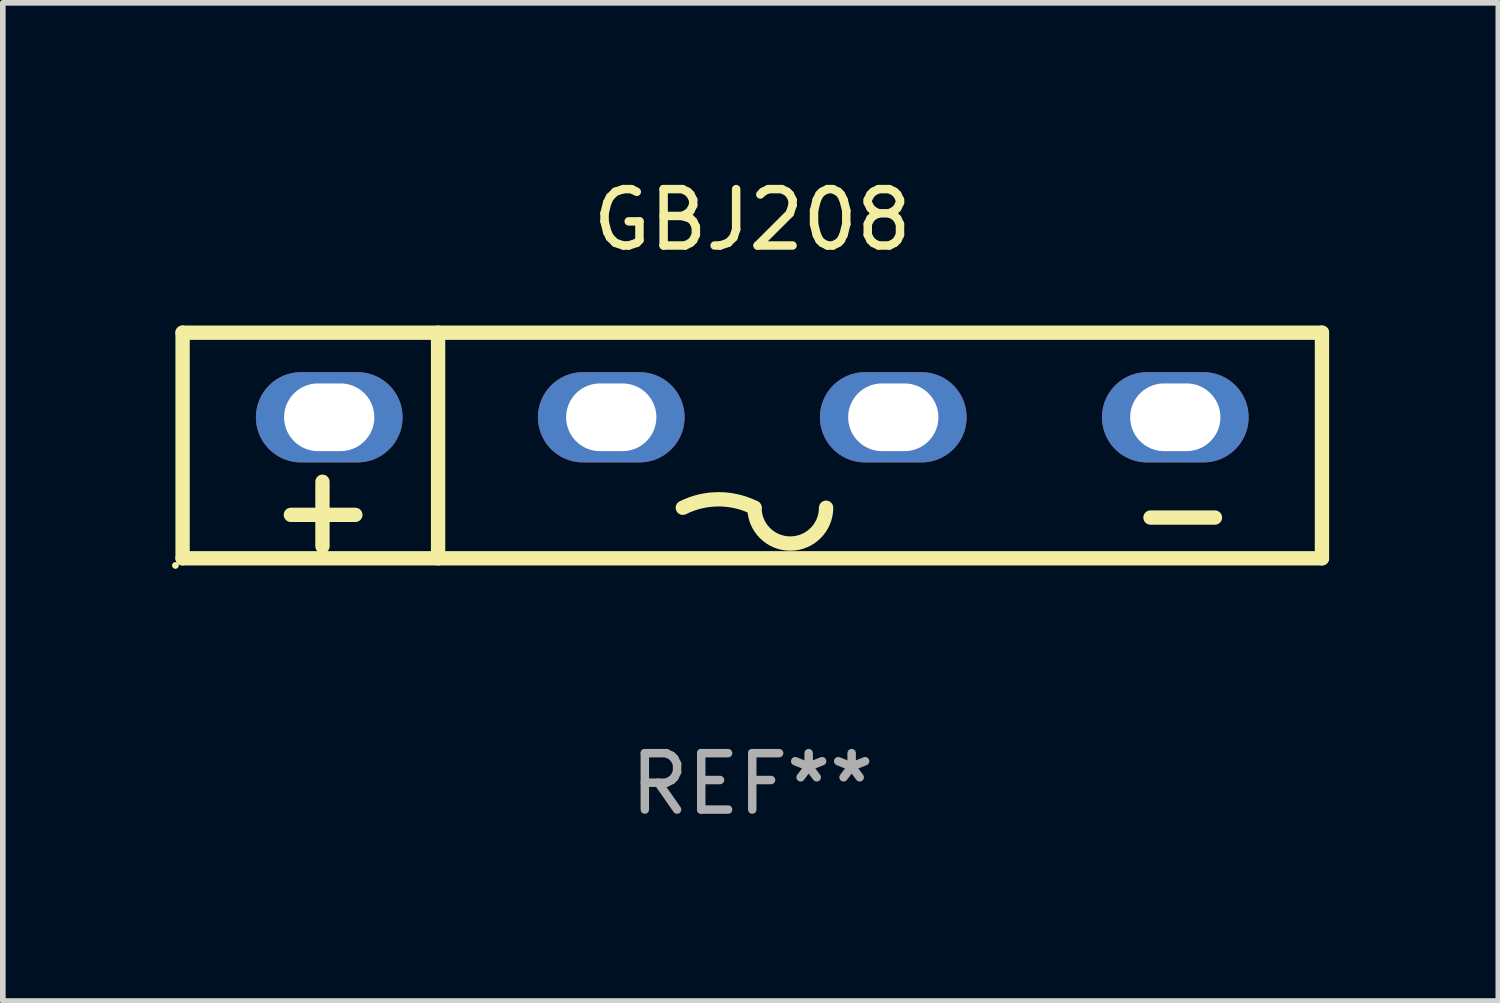
<source format=kicad_pcb>
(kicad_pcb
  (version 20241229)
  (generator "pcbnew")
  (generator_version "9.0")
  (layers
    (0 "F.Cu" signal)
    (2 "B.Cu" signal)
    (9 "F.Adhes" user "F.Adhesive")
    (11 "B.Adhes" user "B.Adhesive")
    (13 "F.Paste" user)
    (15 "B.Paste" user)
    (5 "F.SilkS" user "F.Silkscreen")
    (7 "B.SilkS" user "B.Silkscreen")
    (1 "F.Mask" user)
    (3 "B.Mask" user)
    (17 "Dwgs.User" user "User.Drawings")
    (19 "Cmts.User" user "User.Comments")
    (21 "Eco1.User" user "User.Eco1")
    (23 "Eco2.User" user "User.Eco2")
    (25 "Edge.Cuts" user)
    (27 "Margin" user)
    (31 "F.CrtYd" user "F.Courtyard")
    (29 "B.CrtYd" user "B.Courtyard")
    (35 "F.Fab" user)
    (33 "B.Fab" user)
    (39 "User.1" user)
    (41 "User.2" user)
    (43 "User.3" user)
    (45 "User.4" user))
  (footprint "GBJ208"
    (layer "F.Cu")
    (at 10.287 4.848)
    (property "Reference" "GBJ208" (at 0 -4 0) (layer "F.SilkS") (effects (font (size 1 1) (thickness 0.15))))
    (attr through_hole)
    (fp_line (start -10.1 -2) (end -10.1 2) (stroke (width 0.254) (type solid)) (layer "F.SilkS"))
    (fp_line (start -10.1 -2) (end 10.1 -2) (stroke (width 0.254) (type solid)) (layer "F.SilkS"))
    (fp_line (start -10.1 2) (end 10.1 2) (stroke (width 0.254) (type solid)) (layer "F.SilkS"))
    (fp_line (start -7.62 1.786) (end -7.62 0.643) (stroke (width 0.254) (type solid)) (layer "F.SilkS"))
    (fp_line (start -7.037 1.23) (end -8.18 1.23) (stroke (width 0.254) (type solid)) (layer "F.SilkS"))
    (fp_line (start -5.57 -2) (end -5.57 2) (stroke (width 0.254) (type solid)) (layer "F.SilkS"))
    (fp_line (start 8.203 1.278) (end 7.06 1.278) (stroke (width 0.254) (type solid)) (layer "F.SilkS"))
    (fp_line (start 10.1 -2) (end 10.1 2) (stroke (width 0.254) (type solid)) (layer "F.SilkS"))
    (fp_arc (start -1.230963 1.103861) (mid -0.595962 0.953957) (end 0.039039 1.10386) (stroke (width 0.254001) (type solid)) (layer "F.SilkS"))
    (fp_arc (start 1.309042 1.103861) (mid 0.674041 1.738862) (end 0.03904 1.103861) (stroke (width 0.254001) (type solid)) (layer "F.SilkS"))
    (fp_circle (center -10.227 2.127) (end -10.197 2.127) (stroke (width 0.06) (type solid)) (fill no) (layer "F.SilkS"))
    (fp_text user "REF**" (at 0 6 0) (layer "F.Fab") (effects (font (size 1 1) (thickness 0.15))))
    (pad "1" thru_hole oval (at -7.5 -0.5 90) (size 1.6 2.6) (drill oval 1.2 1.6) (layers "*.Cu" "*.Mask"))
    (pad "2" thru_hole oval (at -2.5 -0.5 90) (size 1.6 2.6) (drill oval 1.2 1.6) (layers "*.Cu" "*.Mask"))
    (pad "3" thru_hole oval (at 2.5 -0.5 90) (size 1.6 2.6) (drill oval 1.2 1.6) (layers "*.Cu" "*.Mask"))
    (pad "4" thru_hole oval (at 7.5 -0.5 90) (size 1.6 2.6) (drill oval 1.2 1.6) (layers "*.Cu" "*.Mask")))
  (gr_rect
    (start -3 -3)
    (end 23.514 14.697)
    (stroke (width 0.1) (type default))
    (fill no)
    (layer "Edge.Cuts")))
</source>
